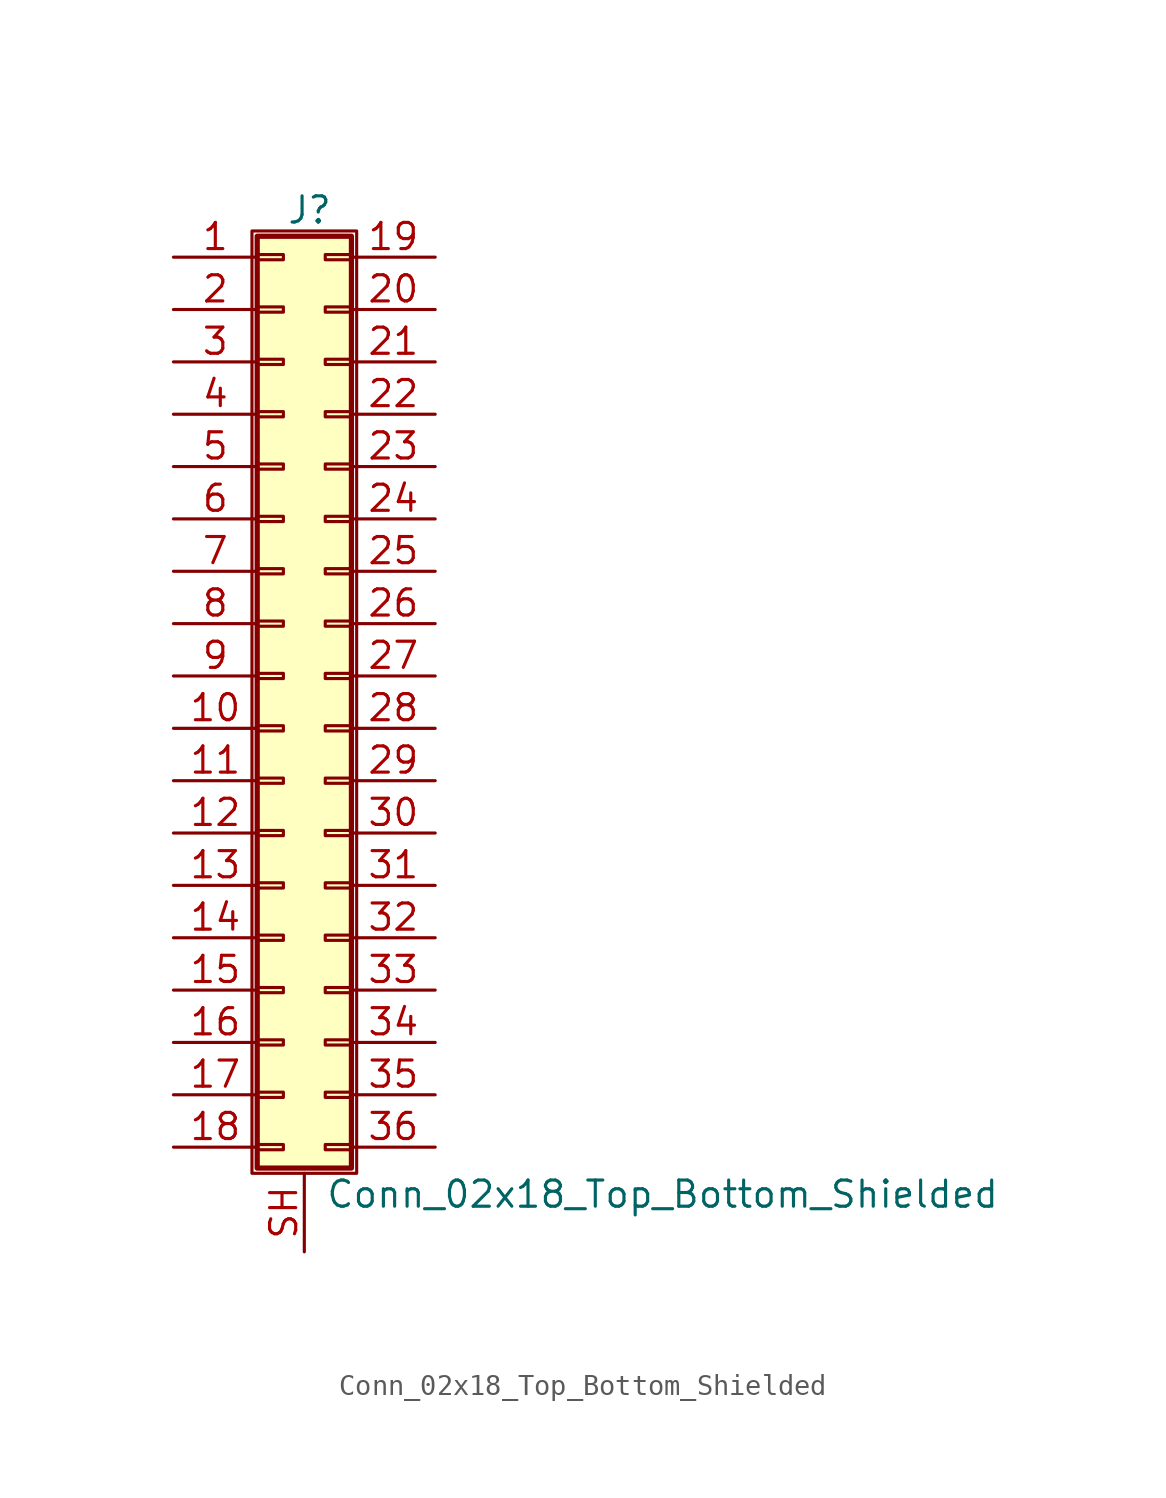
<source format=kicad_sym>
(kicad_symbol_lib
  (version 20201005)
  (generator kicad_symbol_editor)
  (symbol "Conn_02x18_Top_Bottom_Shielded"
    (pin_names
      (offset 1.016) hide)
    (property "Reference" "J"
      (at 1.524 22.606 0)
      (effects (font (size 1.27 1.27))))
    (property "Value" "Conn_02x18_Top_Bottom_Shielded"
      (at 2.286 -25.146 0)
      (effects (font (size 1.27 1.27)) (justify left)))
    (symbol "Conn_02x18_Top_Bottom_Shielded_1_1"
      (rectangle (start -1.27 21.59) (end 3.81 -24.13) (stroke (width 0.152)) (fill (type none)))
      (rectangle (start -1.016 -22.733) (end 0.254 -22.987) (stroke (width 0.152)) (fill (type none)))
      (rectangle (start -1.016 -20.193) (end 0.254 -20.447) (stroke (width 0.152)) (fill (type none)))
      (rectangle (start -1.016 -17.653) (end 0.254 -17.907) (stroke (width 0.152)) (fill (type none)))
      (rectangle (start -1.016 -15.113) (end 0.254 -15.367) (stroke (width 0.152)) (fill (type none)))
      (rectangle (start -1.016 -12.573) (end 0.254 -12.827) (stroke (width 0.152)) (fill (type none)))
      (rectangle (start -1.016 -10.033) (end 0.254 -10.287) (stroke (width 0.152)) (fill (type none)))
      (rectangle (start -1.016 -7.493) (end 0.254 -7.747) (stroke (width 0.152)) (fill (type none)))
      (rectangle (start -1.016 -4.953) (end 0.254 -5.207) (stroke (width 0.152)) (fill (type none)))
      (rectangle (start -1.016 -2.413) (end 0.254 -2.667) (stroke (width 0.152)) (fill (type none)))
      (rectangle (start -1.016 0.127) (end 0.254 -0.127) (stroke (width 0.152)) (fill (type none)))
      (rectangle (start -1.016 2.667) (end 0.254 2.413) (stroke (width 0.152)) (fill (type none)))
      (rectangle (start -1.016 5.207) (end 0.254 4.953) (stroke (width 0.152)) (fill (type none)))
      (rectangle (start -1.016 7.747) (end 0.254 7.493) (stroke (width 0.152)) (fill (type none)))
      (rectangle (start -1.016 10.287) (end 0.254 10.033) (stroke (width 0.152)) (fill (type none)))
      (rectangle (start -1.016 12.827) (end 0.254 12.573) (stroke (width 0.152)) (fill (type none)))
      (rectangle (start -1.016 15.367) (end 0.254 15.113) (stroke (width 0.152)) (fill (type none)))
      (rectangle (start -1.016 17.907) (end 0.254 17.653) (stroke (width 0.152)) (fill (type none)))
      (rectangle (start -1.016 20.447) (end 0.254 20.193) (stroke (width 0.152)) (fill (type none)))
      (rectangle (start -1.016 21.336) (end 3.556 -23.876) (stroke (width 0.254)) (fill (type background)))
      (rectangle (start 3.556 -22.733) (end 2.286 -22.987) (stroke (width 0.152)) (fill (type none)))
      (rectangle (start 3.556 -20.193) (end 2.286 -20.447) (stroke (width 0.152)) (fill (type none)))
      (rectangle (start 3.556 -17.653) (end 2.286 -17.907) (stroke (width 0.152)) (fill (type none)))
      (rectangle (start 3.556 -15.113) (end 2.286 -15.367) (stroke (width 0.152)) (fill (type none)))
      (rectangle (start 3.556 -12.573) (end 2.286 -12.827) (stroke (width 0.152)) (fill (type none)))
      (rectangle (start 3.556 -10.033) (end 2.286 -10.287) (stroke (width 0.152)) (fill (type none)))
      (rectangle (start 3.556 -7.493) (end 2.286 -7.747) (stroke (width 0.152)) (fill (type none)))
      (rectangle (start 3.556 -4.953) (end 2.286 -5.207) (stroke (width 0.152)) (fill (type none)))
      (rectangle (start 3.556 -2.413) (end 2.286 -2.667) (stroke (width 0.152)) (fill (type none)))
      (rectangle (start 3.556 0.127) (end 2.286 -0.127) (stroke (width 0.152)) (fill (type none)))
      (rectangle (start 3.556 2.667) (end 2.286 2.413) (stroke (width 0.152)) (fill (type none)))
      (rectangle (start 3.556 5.207) (end 2.286 4.953) (stroke (width 0.152)) (fill (type none)))
      (rectangle (start 3.556 7.747) (end 2.286 7.493) (stroke (width 0.152)) (fill (type none)))
      (rectangle (start 3.556 10.287) (end 2.286 10.033) (stroke (width 0.152)) (fill (type none)))
      (rectangle (start 3.556 12.827) (end 2.286 12.573) (stroke (width 0.152)) (fill (type none)))
      (rectangle (start 3.556 15.367) (end 2.286 15.113) (stroke (width 0.152)) (fill (type none)))
      (rectangle (start 3.556 17.907) (end 2.286 17.653) (stroke (width 0.152)) (fill (type none)))
      (rectangle (start 3.556 20.447) (end 2.286 20.193) (stroke (width 0.152)) (fill (type none)))
      (pin passive line (at -5.08 20.32 0) (length 4.064) (name "Pin_1" (effects (font (size 1.27 1.27)))) (number "1" (effects (font (size 1.27 1.27)))))
      (pin passive line (at -5.08 -2.54 0) (length 4.064) (name "Pin_10" (effects (font (size 1.27 1.27)))) (number "10" (effects (font (size 1.27 1.27)))))
      (pin passive line (at -5.08 -5.08 0) (length 4.064) (name "Pin_11" (effects (font (size 1.27 1.27)))) (number "11" (effects (font (size 1.27 1.27)))))
      (pin passive line (at -5.08 -7.62 0) (length 4.064) (name "Pin_12" (effects (font (size 1.27 1.27)))) (number "12" (effects (font (size 1.27 1.27)))))
      (pin passive line (at -5.08 -10.16 0) (length 4.064) (name "Pin_13" (effects (font (size 1.27 1.27)))) (number "13" (effects (font (size 1.27 1.27)))))
      (pin passive line (at -5.08 -12.7 0) (length 4.064) (name "Pin_14" (effects (font (size 1.27 1.27)))) (number "14" (effects (font (size 1.27 1.27)))))
      (pin passive line (at -5.08 -15.24 0) (length 4.064) (name "Pin_15" (effects (font (size 1.27 1.27)))) (number "15" (effects (font (size 1.27 1.27)))))
      (pin passive line (at -5.08 -17.78 0) (length 4.064) (name "Pin_16" (effects (font (size 1.27 1.27)))) (number "16" (effects (font (size 1.27 1.27)))))
      (pin passive line (at -5.08 -20.32 0) (length 4.064) (name "Pin_17" (effects (font (size 1.27 1.27)))) (number "17" (effects (font (size 1.27 1.27)))))
      (pin passive line (at -5.08 -22.86 0) (length 4.064) (name "Pin_18" (effects (font (size 1.27 1.27)))) (number "18" (effects (font (size 1.27 1.27)))))
      (pin passive line (at 7.62 20.32 180) (length 4.064) (name "Pin_19" (effects (font (size 1.27 1.27)))) (number "19" (effects (font (size 1.27 1.27)))))
      (pin passive line (at -5.08 17.78 0) (length 4.064) (name "Pin_2" (effects (font (size 1.27 1.27)))) (number "2" (effects (font (size 1.27 1.27)))))
      (pin passive line (at 7.62 17.78 180) (length 4.064) (name "Pin_20" (effects (font (size 1.27 1.27)))) (number "20" (effects (font (size 1.27 1.27)))))
      (pin passive line (at 7.62 15.24 180) (length 4.064) (name "Pin_21" (effects (font (size 1.27 1.27)))) (number "21" (effects (font (size 1.27 1.27)))))
      (pin passive line (at 7.62 12.7 180) (length 4.064) (name "Pin_22" (effects (font (size 1.27 1.27)))) (number "22" (effects (font (size 1.27 1.27)))))
      (pin passive line (at 7.62 10.16 180) (length 4.064) (name "Pin_23" (effects (font (size 1.27 1.27)))) (number "23" (effects (font (size 1.27 1.27)))))
      (pin passive line (at 7.62 7.62 180) (length 4.064) (name "Pin_24" (effects (font (size 1.27 1.27)))) (number "24" (effects (font (size 1.27 1.27)))))
      (pin passive line (at 7.62 5.08 180) (length 4.064) (name "Pin_25" (effects (font (size 1.27 1.27)))) (number "25" (effects (font (size 1.27 1.27)))))
      (pin passive line (at 7.62 2.54 180) (length 4.064) (name "Pin_26" (effects (font (size 1.27 1.27)))) (number "26" (effects (font (size 1.27 1.27)))))
      (pin passive line (at 7.62 0 180) (length 4.064) (name "Pin_27" (effects (font (size 1.27 1.27)))) (number "27" (effects (font (size 1.27 1.27)))))
      (pin passive line (at 7.62 -2.54 180) (length 4.064) (name "Pin_28" (effects (font (size 1.27 1.27)))) (number "28" (effects (font (size 1.27 1.27)))))
      (pin passive line (at 7.62 -5.08 180) (length 4.064) (name "Pin_29" (effects (font (size 1.27 1.27)))) (number "29" (effects (font (size 1.27 1.27)))))
      (pin passive line (at -5.08 15.24 0) (length 4.064) (name "Pin_3" (effects (font (size 1.27 1.27)))) (number "3" (effects (font (size 1.27 1.27)))))
      (pin passive line (at 7.62 -7.62 180) (length 4.064) (name "Pin_30" (effects (font (size 1.27 1.27)))) (number "30" (effects (font (size 1.27 1.27)))))
      (pin passive line (at 7.62 -10.16 180) (length 4.064) (name "Pin_31" (effects (font (size 1.27 1.27)))) (number "31" (effects (font (size 1.27 1.27)))))
      (pin passive line (at 7.62 -12.7 180) (length 4.064) (name "Pin_32" (effects (font (size 1.27 1.27)))) (number "32" (effects (font (size 1.27 1.27)))))
      (pin passive line (at 7.62 -15.24 180) (length 4.064) (name "Pin_33" (effects (font (size 1.27 1.27)))) (number "33" (effects (font (size 1.27 1.27)))))
      (pin passive line (at 7.62 -17.78 180) (length 4.064) (name "Pin_34" (effects (font (size 1.27 1.27)))) (number "34" (effects (font (size 1.27 1.27)))))
      (pin passive line (at 7.62 -20.32 180) (length 4.064) (name "Pin_35" (effects (font (size 1.27 1.27)))) (number "35" (effects (font (size 1.27 1.27)))))
      (pin passive line (at 7.62 -22.86 180) (length 4.064) (name "Pin_36" (effects (font (size 1.27 1.27)))) (number "36" (effects (font (size 1.27 1.27)))))
      (pin passive line (at -5.08 12.7 0) (length 4.064) (name "Pin_4" (effects (font (size 1.27 1.27)))) (number "4" (effects (font (size 1.27 1.27)))))
      (pin passive line (at -5.08 10.16 0) (length 4.064) (name "Pin_5" (effects (font (size 1.27 1.27)))) (number "5" (effects (font (size 1.27 1.27)))))
      (pin passive line (at -5.08 7.62 0) (length 4.064) (name "Pin_6" (effects (font (size 1.27 1.27)))) (number "6" (effects (font (size 1.27 1.27)))))
      (pin passive line (at -5.08 5.08 0) (length 4.064) (name "Pin_7" (effects (font (size 1.27 1.27)))) (number "7" (effects (font (size 1.27 1.27)))))
      (pin passive line (at -5.08 2.54 0) (length 4.064) (name "Pin_8" (effects (font (size 1.27 1.27)))) (number "8" (effects (font (size 1.27 1.27)))))
      (pin passive line (at -5.08 0 0) (length 4.064) (name "Pin_9" (effects (font (size 1.27 1.27)))) (number "9" (effects (font (size 1.27 1.27)))))
      (pin passive line (at 1.27 -27.94 90) (length 3.81) (name "Shield" (effects (font (size 1.27 1.27)))) (number "SH" (effects (font (size 1.27 1.27))))))))
</source>
